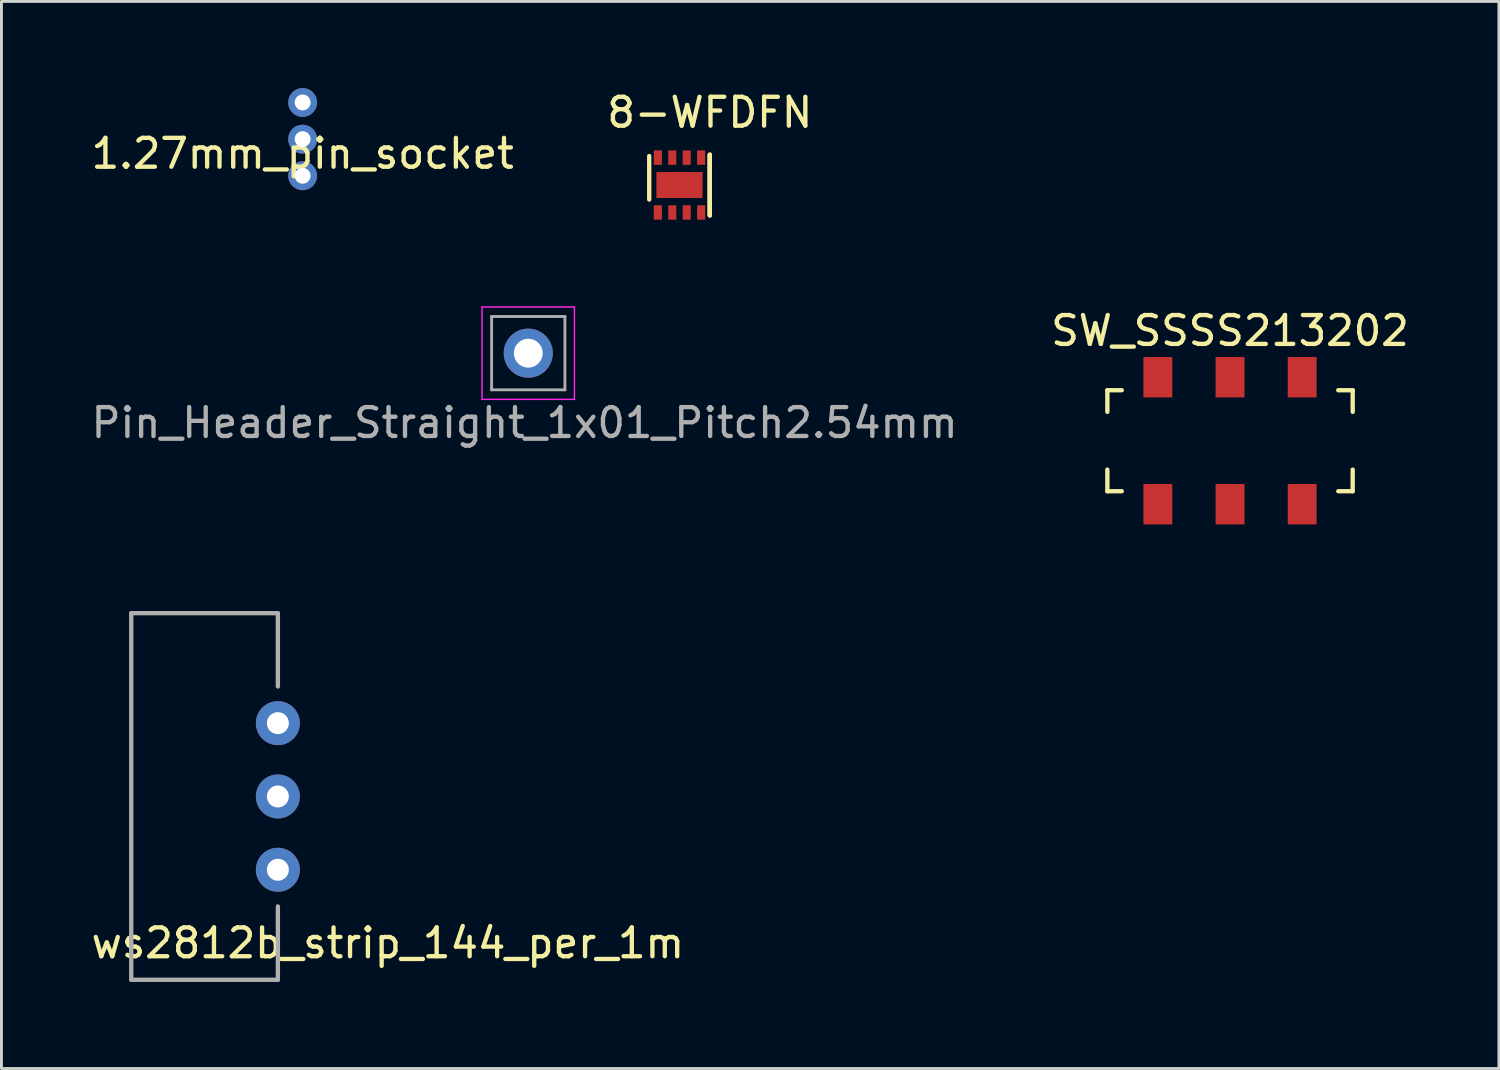
<source format=kicad_pcb>
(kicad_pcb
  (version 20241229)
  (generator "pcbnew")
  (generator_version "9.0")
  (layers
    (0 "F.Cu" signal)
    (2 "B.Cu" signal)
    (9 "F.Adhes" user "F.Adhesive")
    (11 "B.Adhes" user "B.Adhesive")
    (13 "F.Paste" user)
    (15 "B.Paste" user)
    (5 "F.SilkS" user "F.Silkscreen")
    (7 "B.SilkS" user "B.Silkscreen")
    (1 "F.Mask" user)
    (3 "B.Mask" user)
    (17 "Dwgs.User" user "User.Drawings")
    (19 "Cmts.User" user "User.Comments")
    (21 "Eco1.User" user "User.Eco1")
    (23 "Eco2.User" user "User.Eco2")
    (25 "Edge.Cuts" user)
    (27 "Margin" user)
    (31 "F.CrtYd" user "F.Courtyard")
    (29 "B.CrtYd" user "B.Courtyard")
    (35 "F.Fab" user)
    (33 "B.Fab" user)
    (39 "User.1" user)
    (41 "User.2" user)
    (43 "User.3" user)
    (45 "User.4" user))
  (footprint "Pin_Header_Straight_1x01_Pitch2.54mm"
    (layer "F.Cu")
    (at 15.252 9.186)
    (property "Reference" "Pin_Header_Straight_1x01_Pitch2.54mm" (at -0.127 2.413 0) (layer "F.Fab") (effects (font (size 1 1) (thickness 0.15))))
    (attr through_hole)
    (fp_line (start -1.6 -1.6) (end -1.6 1.6) (stroke (width 0.05) (type solid)) (layer "F.CrtYd"))
    (fp_line (start -1.6 1.6) (end 1.6 1.6) (stroke (width 0.05) (type solid)) (layer "F.CrtYd"))
    (fp_line (start 1.6 -1.6) (end -1.6 -1.6) (stroke (width 0.05) (type solid)) (layer "F.CrtYd"))
    (fp_line (start 1.6 1.6) (end 1.6 -1.6) (stroke (width 0.05) (type solid)) (layer "F.CrtYd"))
    (fp_line (start -1.27 -1.27) (end -1.27 1.27) (stroke (width 0.1) (type solid)) (layer "F.Fab"))
    (fp_line (start -1.27 1.27) (end 1.27 1.27) (stroke (width 0.1) (type solid)) (layer "F.Fab"))
    (fp_line (start 1.27 -1.27) (end -1.27 -1.27) (stroke (width 0.1) (type solid)) (layer "F.Fab"))
    (fp_line (start 1.27 1.27) (end 1.27 -1.27) (stroke (width 0.1) (type solid)) (layer "F.Fab"))
    (pad "1" thru_hole circle (at 0 0) (size 1.7 1.7) (drill 1) (layers "*.Cu" "*.Mask")))
  (footprint "SW_SSSS213202"
    (layer "F.Cu")
    (at 39.565 12.219)
    (property "Reference" "SW_SSSS213202" (at 0 -3.81 0) (layer "F.SilkS") (effects (font (size 1 1) (thickness 0.15))))
    (attr through_hole)
    (fp_line (start -4.25 -1.75) (end -4.25 -1) (stroke (width 0.15) (type solid)) (layer "F.SilkS"))
    (fp_line (start -4.25 -1.75) (end -3.75 -1.75) (stroke (width 0.15) (type solid)) (layer "F.SilkS"))
    (fp_line (start -4.25 1.75) (end -4.25 1) (stroke (width 0.15) (type solid)) (layer "F.SilkS"))
    (fp_line (start -4.25 1.75) (end -3.75 1.75) (stroke (width 0.15) (type solid)) (layer "F.SilkS"))
    (fp_line (start 4.25 -1.75) (end 3.75 -1.75) (stroke (width 0.15) (type solid)) (layer "F.SilkS"))
    (fp_line (start 4.25 -1.75) (end 4.25 -1) (stroke (width 0.15) (type solid)) (layer "F.SilkS"))
    (fp_line (start 4.25 1.75) (end 3.75 1.75) (stroke (width 0.15) (type solid)) (layer "F.SilkS"))
    (fp_line (start 4.25 1.75) (end 4.25 1) (stroke (width 0.15) (type solid)) (layer "F.SilkS"))
    (pad "13" smd rect (at -2.5 -2.2) (size 1 1.4) (layers "F.Cu" "F.Mask" "F.Paste"))
    (pad "14" smd rect (at 0 -2.2) (size 1 1.4) (layers "F.Cu" "F.Mask" "F.Paste"))
    (pad "15" smd rect (at 2.5 -2.2) (size 1 1.4) (layers "F.Cu" "F.Mask" "F.Paste"))
    (pad "16" smd rect (at -2.5 2.2) (size 1 1.4) (layers "F.Cu" "F.Mask" "F.Paste"))
    (pad "17" smd rect (at 0 2.2) (size 1 1.4) (layers "F.Cu" "F.Mask" "F.Paste"))
    (pad "18" smd rect (at 2.5 2.2) (size 1 1.4) (layers "F.Cu" "F.Mask" "F.Paste")))
  (footprint "8-WFDFN"
    (layer "F.Cu")
    (at 20.492 3.361)
    (property "Reference" "8-WFDFN" (at 1.05 -2.513 0) (layer "F.SilkS") (effects (font (size 1 1) (thickness 0.15))))
    (attr through_hole)
    (fp_line (start -1.05 -1.005) (end -1.05 0.502) (stroke (width 0.15) (type solid)) (layer "F.SilkS"))
    (fp_line (start 1.05 -1.05) (end 1.05 1.05) (stroke (width 0.15) (type solid)) (layer "F.SilkS"))
    (fp_line (start 1.05 -1.05) (end 1.05 1.05) (stroke (width 0.15) (type solid)) (layer "F.SilkS"))
    (fp_line (start 1.05 1.05) (end 1.05 -1.05) (stroke (width 0.15) (type solid)) (layer "F.SilkS"))
    (pad "" smd rect (at 0 0) (size 1.6 0.9) (layers "F.Cu" "F.Mask" "F.Paste"))
    (pad "1" smd rect (at -0.75 0.95) (size 0.28 0.5) (layers "F.Cu" "F.Mask" "F.Paste"))
    (pad "2" smd rect (at -0.25 0.95) (size 0.28 0.5) (layers "F.Cu" "F.Mask" "F.Paste"))
    (pad "3" smd rect (at 0.25 0.95) (size 0.28 0.5) (layers "F.Cu" "F.Mask" "F.Paste"))
    (pad "4" smd rect (at 0.75 0.95) (size 0.28 0.5) (layers "F.Cu" "F.Mask" "F.Paste"))
    (pad "5" smd rect (at 0.75 -0.95) (size 0.28 0.5) (layers "F.Cu" "F.Mask" "F.Paste"))
    (pad "6" smd rect (at 0.25 -0.95) (size 0.28 0.5) (layers "F.Cu" "F.Mask" "F.Paste"))
    (pad "7" smd rect (at -0.25 -0.95) (size 0.28 0.5) (layers "F.Cu" "F.Mask" "F.Paste"))
    (pad "8" smd rect (at -0.75 -0.95) (size 0.28 0.5) (layers "F.Cu" "F.Mask" "F.Paste")))
  (footprint "ws2812b_strip_144_per_1m"
    (layer "F.Cu")
    (at 6.577 24.544)
    (property "Reference" "ws2812b_strip_144_per_1m" (at 3.81 5.08 0) (layer "F.SilkS") (effects (font (size 1 1) (thickness 0.15))))
    (attr through_hole)
    (fp_line (start -5.08 -6.35) (end -5.08 6.35) (stroke (width 0.15) (type solid)) (layer "F.Fab"))
    (fp_line (start -5.08 6.35) (end 0 6.35) (stroke (width 0.15) (type solid)) (layer "F.Fab"))
    (fp_line (start 0 -6.35) (end -5.08 -6.35) (stroke (width 0.15) (type solid)) (layer "F.Fab"))
    (fp_line (start 0 -6.35) (end 0 -3.81) (stroke (width 0.15) (type solid)) (layer "F.Fab"))
    (fp_line (start 0 6.35) (end 0 3.81) (stroke (width 0.15) (type solid)) (layer "F.Fab"))
    (pad "1" thru_hole circle (at 0 -2.54) (size 1.524 1.524) (drill 0.762) (layers "*.Cu" "*.Mask"))
    (pad "2" thru_hole circle (at 0 0) (size 1.524 1.524) (drill 0.762) (layers "*.Cu" "*.Mask"))
    (pad "3" thru_hole circle (at 0 2.54) (size 1.524 1.524) (drill 0.762) (layers "*.Cu" "*.Mask")))
  (footprint "1.27mm_pin_socket"
    (layer "F.Cu")
    (at 7.435 1.77)
    (property "Reference" "1.27mm_pin_socket" (at 0 0.5 0) (layer "F.SilkS") (effects (font (size 1 1) (thickness 0.15))))
    (attr through_hole)
    (pad "1" thru_hole circle (at 0 -1.27) (size 1 1) (drill 0.55) (layers "*.Cu" "*.Mask"))
    (pad "2" thru_hole circle (at 0 0) (size 1 1) (drill 0.55) (layers "*.Cu" "*.Mask"))
    (pad "3" thru_hole circle (at 0 1.27) (size 1 1) (drill 0.55) (layers "*.Cu" "*.Mask")))
  (gr_rect
    (start -3 -3)
    (end 48.881 33.969)
    (stroke (width 0.1) (type default))
    (fill no)
    (layer "Edge.Cuts")))
</source>
